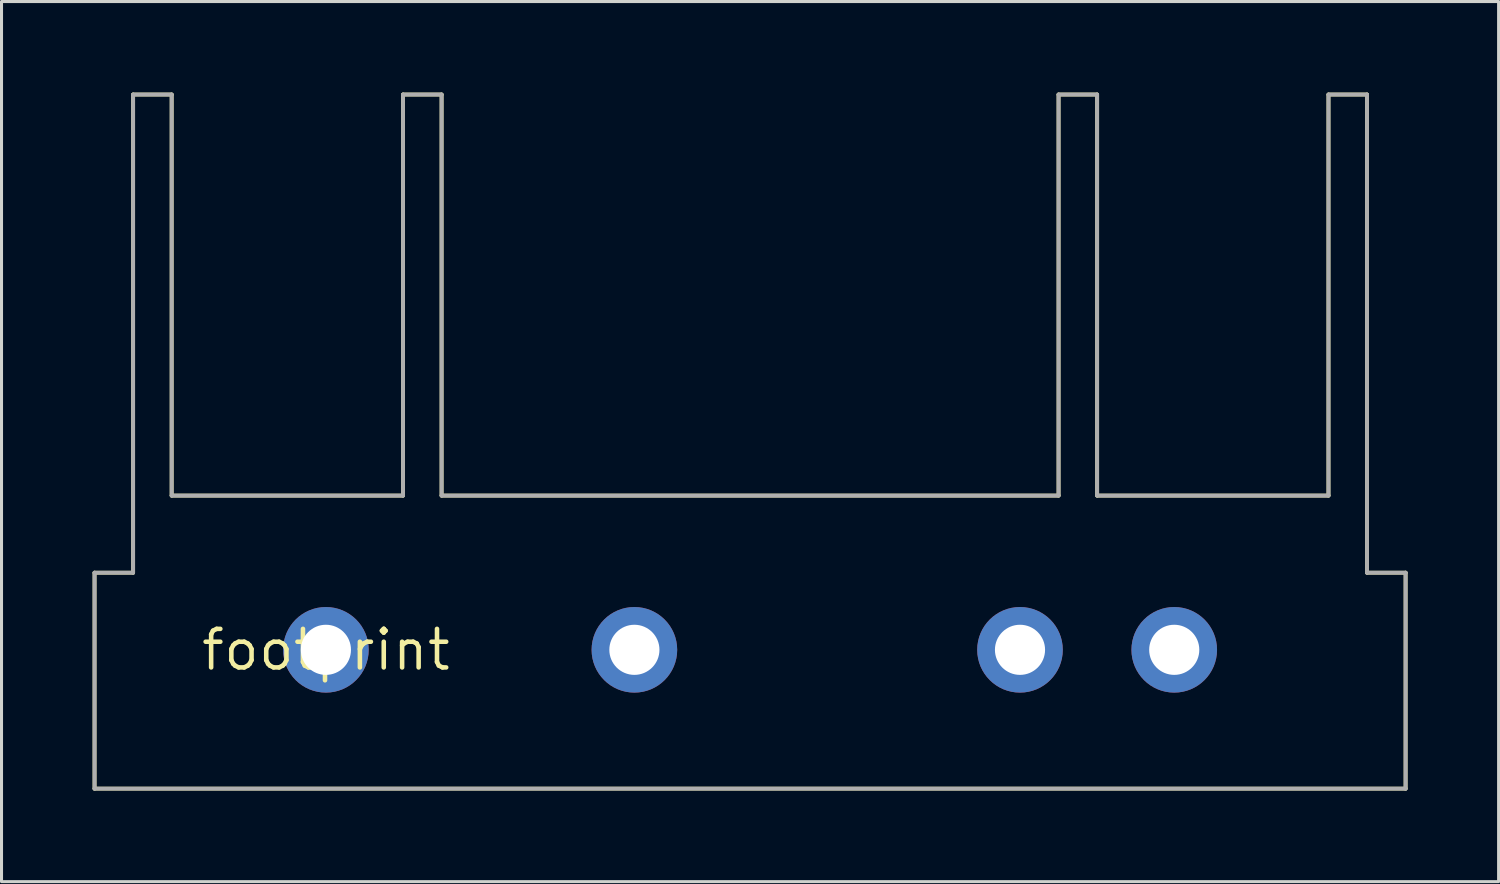
<source format=kicad_pcb>
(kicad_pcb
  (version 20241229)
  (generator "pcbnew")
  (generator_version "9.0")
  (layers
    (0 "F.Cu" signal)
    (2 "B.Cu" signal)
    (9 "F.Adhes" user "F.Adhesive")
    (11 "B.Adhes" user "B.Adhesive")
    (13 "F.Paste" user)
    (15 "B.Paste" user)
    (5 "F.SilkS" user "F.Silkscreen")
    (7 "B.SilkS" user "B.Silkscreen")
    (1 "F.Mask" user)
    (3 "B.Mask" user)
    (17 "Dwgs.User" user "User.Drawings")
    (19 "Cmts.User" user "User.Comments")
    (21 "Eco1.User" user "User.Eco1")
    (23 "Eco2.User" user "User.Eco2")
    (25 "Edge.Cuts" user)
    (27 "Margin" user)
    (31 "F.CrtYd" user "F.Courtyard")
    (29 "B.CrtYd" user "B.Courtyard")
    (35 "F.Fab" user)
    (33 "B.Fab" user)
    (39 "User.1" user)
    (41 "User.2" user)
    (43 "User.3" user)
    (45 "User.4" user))
  (footprint "footprint"
    (layer "F.Cu")
    (at 7.684 18.352)
    (property "Reference" "footprint" (at 0 0 0) (layer "F.SilkS") (effects (font (size 1.27 1.27) (thickness 0.15))))
    (fp_line (start -7.62 -2.54) (end -7.62 4.572) (stroke (width 0.127) (type solid)) (layer "F.SilkS"))
    (fp_line (start -7.62 -2.54) (end -6.35 -2.54) (stroke (width 0.127) (type solid)) (layer "F.SilkS"))
    (fp_line (start -7.62 4.572) (end 35.56 4.572) (stroke (width 0.127) (type solid)) (layer "F.SilkS"))
    (fp_line (start -6.35 -18.288) (end -5.08 -18.288) (stroke (width 0.127) (type solid)) (layer "F.SilkS"))
    (fp_line (start -6.35 -2.54) (end -6.35 -18.288) (stroke (width 0.127) (type solid)) (layer "F.SilkS"))
    (fp_line (start -5.08 -18.288) (end -5.08 -5.08) (stroke (width 0.127) (type solid)) (layer "F.SilkS"))
    (fp_line (start -5.08 -5.08) (end 2.54 -5.08) (stroke (width 0.127) (type solid)) (layer "F.SilkS"))
    (fp_line (start 2.54 -18.288) (end 3.81 -18.288) (stroke (width 0.127) (type solid)) (layer "F.SilkS"))
    (fp_line (start 2.54 -5.08) (end 2.54 -18.288) (stroke (width 0.127) (type solid)) (layer "F.SilkS"))
    (fp_line (start 3.81 -18.288) (end 3.81 -5.08) (stroke (width 0.127) (type solid)) (layer "F.SilkS"))
    (fp_line (start 24.13 -18.288) (end 24.13 -5.08) (stroke (width 0.127) (type solid)) (layer "F.SilkS"))
    (fp_line (start 24.13 -5.08) (end 3.81 -5.08) (stroke (width 0.127) (type solid)) (layer "F.SilkS"))
    (fp_line (start 25.4 -18.288) (end 24.13 -18.288) (stroke (width 0.127) (type solid)) (layer "F.SilkS"))
    (fp_line (start 25.4 -5.08) (end 25.4 -18.288) (stroke (width 0.127) (type solid)) (layer "F.SilkS"))
    (fp_line (start 33.02 -18.288) (end 33.02 -5.08) (stroke (width 0.127) (type solid)) (layer "F.SilkS"))
    (fp_line (start 33.02 -5.08) (end 25.4 -5.08) (stroke (width 0.127) (type solid)) (layer "F.SilkS"))
    (fp_line (start 34.29 -18.288) (end 33.02 -18.288) (stroke (width 0.127) (type solid)) (layer "F.SilkS"))
    (fp_line (start 34.29 -2.54) (end 34.29 -18.288) (stroke (width 0.127) (type solid)) (layer "F.SilkS"))
    (fp_line (start 35.56 -2.54) (end 34.29 -2.54) (stroke (width 0.127) (type solid)) (layer "F.SilkS"))
    (fp_line (start 35.56 4.572) (end 35.56 -2.54) (stroke (width 0.127) (type solid)) (layer "F.SilkS"))
    (fp_line (start -7.62 -2.54) (end -7.62 4.572) (stroke (width 0.127) (type solid)) (layer "F.Fab"))
    (fp_line (start -7.62 -2.54) (end -6.35 -2.54) (stroke (width 0.127) (type solid)) (layer "F.Fab"))
    (fp_line (start -7.62 4.572) (end 35.56 4.572) (stroke (width 0.127) (type solid)) (layer "F.Fab"))
    (fp_line (start -6.35 -18.288) (end -5.08 -18.288) (stroke (width 0.127) (type solid)) (layer "F.Fab"))
    (fp_line (start -6.35 -2.54) (end -6.35 -18.288) (stroke (width 0.127) (type solid)) (layer "F.Fab"))
    (fp_line (start -5.08 -18.288) (end -5.08 -5.08) (stroke (width 0.127) (type solid)) (layer "F.Fab"))
    (fp_line (start -5.08 -5.08) (end 2.54 -5.08) (stroke (width 0.127) (type solid)) (layer "F.Fab"))
    (fp_line (start 2.54 -18.288) (end 3.81 -18.288) (stroke (width 0.127) (type solid)) (layer "F.Fab"))
    (fp_line (start 2.54 -5.08) (end 2.54 -18.288) (stroke (width 0.127) (type solid)) (layer "F.Fab"))
    (fp_line (start 3.81 -18.288) (end 3.81 -5.08) (stroke (width 0.127) (type solid)) (layer "F.Fab"))
    (fp_line (start 24.13 -18.288) (end 24.13 -5.08) (stroke (width 0.127) (type solid)) (layer "F.Fab"))
    (fp_line (start 24.13 -5.08) (end 3.81 -5.08) (stroke (width 0.127) (type solid)) (layer "F.Fab"))
    (fp_line (start 25.4 -18.288) (end 24.13 -18.288) (stroke (width 0.127) (type solid)) (layer "F.Fab"))
    (fp_line (start 25.4 -5.08) (end 25.4 -18.288) (stroke (width 0.127) (type solid)) (layer "F.Fab"))
    (fp_line (start 33.02 -18.288) (end 33.02 -5.08) (stroke (width 0.127) (type solid)) (layer "F.Fab"))
    (fp_line (start 33.02 -5.08) (end 25.4 -5.08) (stroke (width 0.127) (type solid)) (layer "F.Fab"))
    (fp_line (start 34.29 -18.288) (end 33.02 -18.288) (stroke (width 0.127) (type solid)) (layer "F.Fab"))
    (fp_line (start 34.29 -2.54) (end 34.29 -18.288) (stroke (width 0.127) (type solid)) (layer "F.Fab"))
    (fp_line (start 35.56 -2.54) (end 34.29 -2.54) (stroke (width 0.127) (type solid)) (layer "F.Fab"))
    (fp_line (start 35.56 4.572) (end 35.56 -2.54) (stroke (width 0.127) (type solid)) (layer "F.Fab"))
    (pad "1" thru_hole circle (at 0 0 180) (size 2.819 2.819) (drill 1.651) (layers "*.Cu" "*.Mask"))
    (pad "2" thru_hole circle (at 10.16 0 180) (size 2.819 2.819) (drill 1.651) (layers "*.Cu" "*.Mask"))
    (pad "3" thru_hole circle (at 22.86 0 180) (size 2.819 2.819) (drill 1.651) (layers "*.Cu" "*.Mask"))
    (pad "4" thru_hole circle (at 27.94 0 180) (size 2.819 2.819) (drill 1.651) (layers "*.Cu" "*.Mask")))
  (gr_rect
    (start -3 -3)
    (end 46.307 25.987)
    (stroke (width 0.1) (type default))
    (fill no)
    (layer "Edge.Cuts")))
</source>
